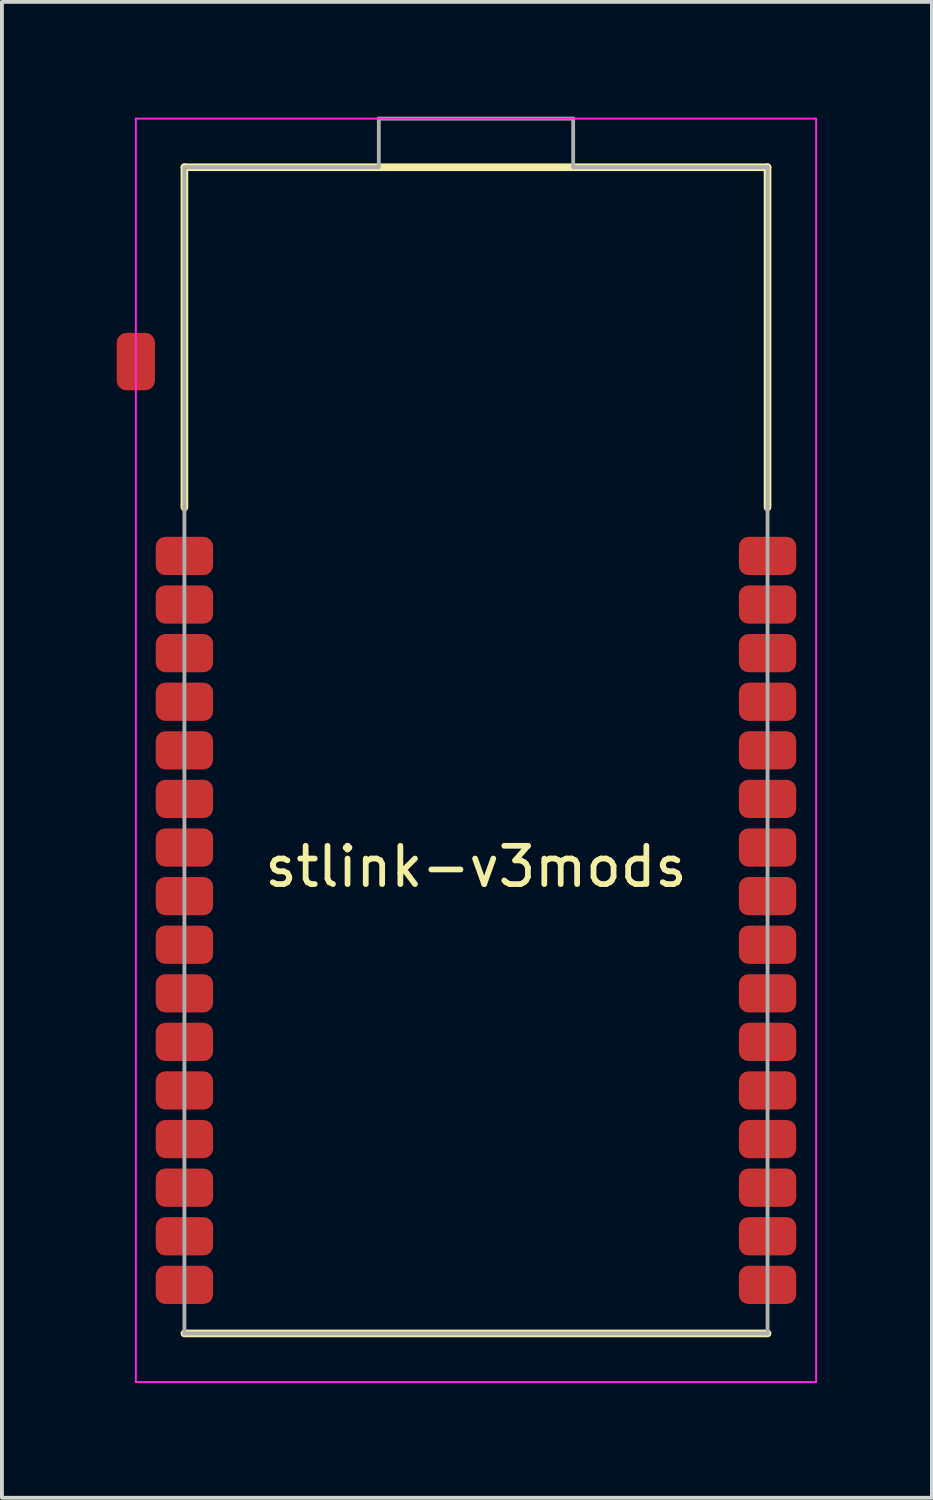
<source format=kicad_pcb>
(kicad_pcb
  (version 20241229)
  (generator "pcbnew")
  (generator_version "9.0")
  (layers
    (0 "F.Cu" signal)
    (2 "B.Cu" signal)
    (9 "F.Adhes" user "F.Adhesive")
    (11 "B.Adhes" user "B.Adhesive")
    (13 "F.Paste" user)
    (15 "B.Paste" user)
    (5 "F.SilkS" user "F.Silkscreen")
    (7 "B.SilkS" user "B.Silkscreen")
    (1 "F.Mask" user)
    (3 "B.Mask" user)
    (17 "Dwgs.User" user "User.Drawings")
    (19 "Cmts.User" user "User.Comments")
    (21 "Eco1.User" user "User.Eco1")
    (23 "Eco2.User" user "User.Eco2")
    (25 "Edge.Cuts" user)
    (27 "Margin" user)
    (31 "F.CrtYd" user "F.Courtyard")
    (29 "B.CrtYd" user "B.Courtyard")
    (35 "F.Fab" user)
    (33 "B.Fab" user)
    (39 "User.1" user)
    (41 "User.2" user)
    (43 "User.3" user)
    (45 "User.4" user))
  (footprint "stlink-v3mods"
    (layer "F.Cu")
    (at 9.39 19.1)
    (property "Reference" "stlink-v3mods" (at 0 0.5 0) (layer "F.SilkS") (effects (font (size 1 1) (thickness 0.15))))
    (attr through_hole)
    (fp_line (start -7.62 -17.78) (end -7.62 -8.89) (stroke (width 0.2) (type solid)) (layer "F.SilkS"))
    (fp_line (start 7.62 -17.78) (end -7.62 -17.78) (stroke (width 0.2) (type solid)) (layer "F.SilkS"))
    (fp_line (start 7.62 -8.89) (end 7.62 -17.78) (stroke (width 0.2) (type solid)) (layer "F.SilkS"))
    (fp_line (start 7.62 12.7) (end -7.62 12.7) (stroke (width 0.2) (type solid)) (layer "F.SilkS"))
    (fp_line (start -8.89 -19.05) (end -8.89 13.97) (stroke (width 0.05) (type solid)) (layer "F.CrtYd"))
    (fp_line (start -8.89 13.97) (end 8.89 13.97) (stroke (width 0.05) (type solid)) (layer "F.CrtYd"))
    (fp_line (start 8.89 -19.05) (end -8.89 -19.05) (stroke (width 0.05) (type solid)) (layer "F.CrtYd"))
    (fp_line (start 8.89 13.97) (end 8.89 -19.05) (stroke (width 0.05) (type solid)) (layer "F.CrtYd"))
    (fp_line (start -7.62 -17.78) (end -7.62 -8.89) (stroke (width 0.1) (type solid)) (layer "F.Fab"))
    (fp_line (start -7.62 -8.89) (end -7.62 12.7) (stroke (width 0.1) (type solid)) (layer "F.Fab"))
    (fp_line (start -7.62 12.7) (end 7.62 12.7) (stroke (width 0.1) (type solid)) (layer "F.Fab"))
    (fp_line (start -2.54 -19.05) (end -2.54 -17.78) (stroke (width 0.1) (type solid)) (layer "F.Fab"))
    (fp_line (start -2.54 -17.78) (end -7.62 -17.78) (stroke (width 0.1) (type solid)) (layer "F.Fab"))
    (fp_line (start 2.54 -19.05) (end -2.54 -19.05) (stroke (width 0.1) (type solid)) (layer "F.Fab"))
    (fp_line (start 2.54 -17.78) (end 2.54 -19.05) (stroke (width 0.1) (type solid)) (layer "F.Fab"))
    (fp_line (start 7.62 -17.78) (end 2.54 -17.78) (stroke (width 0.1) (type solid)) (layer "F.Fab"))
    (fp_line (start 7.62 -8.89) (end 7.62 -17.78) (stroke (width 0.1) (type solid)) (layer "F.Fab"))
    (fp_line (start 7.62 12.7) (end 7.62 -8.89) (stroke (width 0.1) (type solid)) (layer "F.Fab"))
    (pad "1" smd roundrect (at -7.62 -7.62) (size 1.5 1) (layers "F.Cu" "F.Mask" "F.Paste") (roundrect_rratio 0.25))
    (pad "2" smd roundrect (at -7.62 -6.35) (size 1.5 1) (layers "F.Cu" "F.Mask" "F.Paste") (roundrect_rratio 0.25))
    (pad "3" smd roundrect (at -7.62 -5.08) (size 1.5 1) (layers "F.Cu" "F.Mask" "F.Paste") (roundrect_rratio 0.25))
    (pad "4" smd roundrect (at -7.62 -3.81) (size 1.5 1) (layers "F.Cu" "F.Mask" "F.Paste") (roundrect_rratio 0.25))
    (pad "5" smd roundrect (at -7.62 -2.54) (size 1.5 1) (layers "F.Cu" "F.Mask" "F.Paste") (roundrect_rratio 0.25))
    (pad "6" smd roundrect (at -7.62 -1.27) (size 1.5 1) (layers "F.Cu" "F.Mask" "F.Paste") (roundrect_rratio 0.25))
    (pad "7" smd roundrect (at -7.62 0) (size 1.5 1) (layers "F.Cu" "F.Mask" "F.Paste") (roundrect_rratio 0.25))
    (pad "8" smd roundrect (at -7.62 1.27) (size 1.5 1) (layers "F.Cu" "F.Mask" "F.Paste") (roundrect_rratio 0.25))
    (pad "9" smd roundrect (at -7.62 2.54) (size 1.5 1) (layers "F.Cu" "F.Mask" "F.Paste") (roundrect_rratio 0.25))
    (pad "10" smd roundrect (at -7.62 3.81) (size 1.5 1) (layers "F.Cu" "F.Mask" "F.Paste") (roundrect_rratio 0.25))
    (pad "11" smd roundrect (at -7.62 5.08) (size 1.5 1) (layers "F.Cu" "F.Mask" "F.Paste") (roundrect_rratio 0.25))
    (pad "12" smd roundrect (at -7.62 6.35) (size 1.5 1) (layers "F.Cu" "F.Mask" "F.Paste") (roundrect_rratio 0.25))
    (pad "13" smd roundrect (at -7.62 7.62) (size 1.5 1) (layers "F.Cu" "F.Mask" "F.Paste") (roundrect_rratio 0.25))
    (pad "14" smd roundrect (at -7.62 8.89) (size 1.5 1) (layers "F.Cu" "F.Mask" "F.Paste") (roundrect_rratio 0.25))
    (pad "15" smd roundrect (at -7.62 10.16) (size 1.5 1) (layers "F.Cu" "F.Mask" "F.Paste") (roundrect_rratio 0.25))
    (pad "16" smd roundrect (at -7.62 11.43) (size 1.5 1) (layers "F.Cu" "F.Mask" "F.Paste") (roundrect_rratio 0.25))
    (pad "17" smd roundrect (at 7.62 11.43) (size 1.5 1) (layers "F.Cu" "F.Mask" "F.Paste") (roundrect_rratio 0.25))
    (pad "18" smd roundrect (at 7.62 10.16) (size 1.5 1) (layers "F.Cu" "F.Mask" "F.Paste") (roundrect_rratio 0.25))
    (pad "19" smd roundrect (at 7.62 8.89) (size 1.5 1) (layers "F.Cu" "F.Mask" "F.Paste") (roundrect_rratio 0.25))
    (pad "20" smd roundrect (at 7.62 7.62) (size 1.5 1) (layers "F.Cu" "F.Mask" "F.Paste") (roundrect_rratio 0.25))
    (pad "21" smd roundrect (at 7.62 6.35) (size 1.5 1) (layers "F.Cu" "F.Mask" "F.Paste") (roundrect_rratio 0.25))
    (pad "22" smd roundrect (at 7.62 5.08) (size 1.5 1) (layers "F.Cu" "F.Mask" "F.Paste") (roundrect_rratio 0.25))
    (pad "23" smd roundrect (at 7.62 3.81) (size 1.5 1) (layers "F.Cu" "F.Mask" "F.Paste") (roundrect_rratio 0.25))
    (pad "24" smd roundrect (at 7.62 2.54) (size 1.5 1) (layers "F.Cu" "F.Mask" "F.Paste") (roundrect_rratio 0.25))
    (pad "25" smd roundrect (at 7.62 1.27) (size 1.5 1) (layers "F.Cu" "F.Mask" "F.Paste") (roundrect_rratio 0.25))
    (pad "26" smd roundrect (at 7.62 0) (size 1.5 1) (layers "F.Cu" "F.Mask" "F.Paste") (roundrect_rratio 0.25))
    (pad "27" smd roundrect (at 7.62 -1.27) (size 1.5 1) (layers "F.Cu" "F.Mask" "F.Paste") (roundrect_rratio 0.25))
    (pad "28" smd roundrect (at 7.62 -2.54) (size 1.5 1) (layers "F.Cu" "F.Mask" "F.Paste") (roundrect_rratio 0.25))
    (pad "29" smd roundrect (at 7.62 -3.81) (size 1.5 1) (layers "F.Cu" "F.Mask" "F.Paste") (roundrect_rratio 0.25))
    (pad "30" smd roundrect (at 7.62 -5.08) (size 1.5 1) (layers "F.Cu" "F.Mask" "F.Paste") (roundrect_rratio 0.25))
    (pad "31" smd roundrect (at 7.62 -6.35) (size 1.5 1) (layers "F.Cu" "F.Mask" "F.Paste") (roundrect_rratio 0.25))
    (pad "32" smd roundrect (at 7.62 -7.62) (size 1.5 1) (layers "F.Cu" "F.Mask" "F.Paste") (roundrect_rratio 0.25))
    (pad "33" smd roundrect (at -8.89 -12.7 90) (size 1.5 1) (layers "F.Cu" "F.Mask" "F.Paste") (roundrect_rratio 0.25)))
  (gr_rect
    (start -3 -3)
    (end 21.305 36.095)
    (stroke (width 0.1) (type default))
    (fill no)
    (layer "Edge.Cuts")))
</source>
